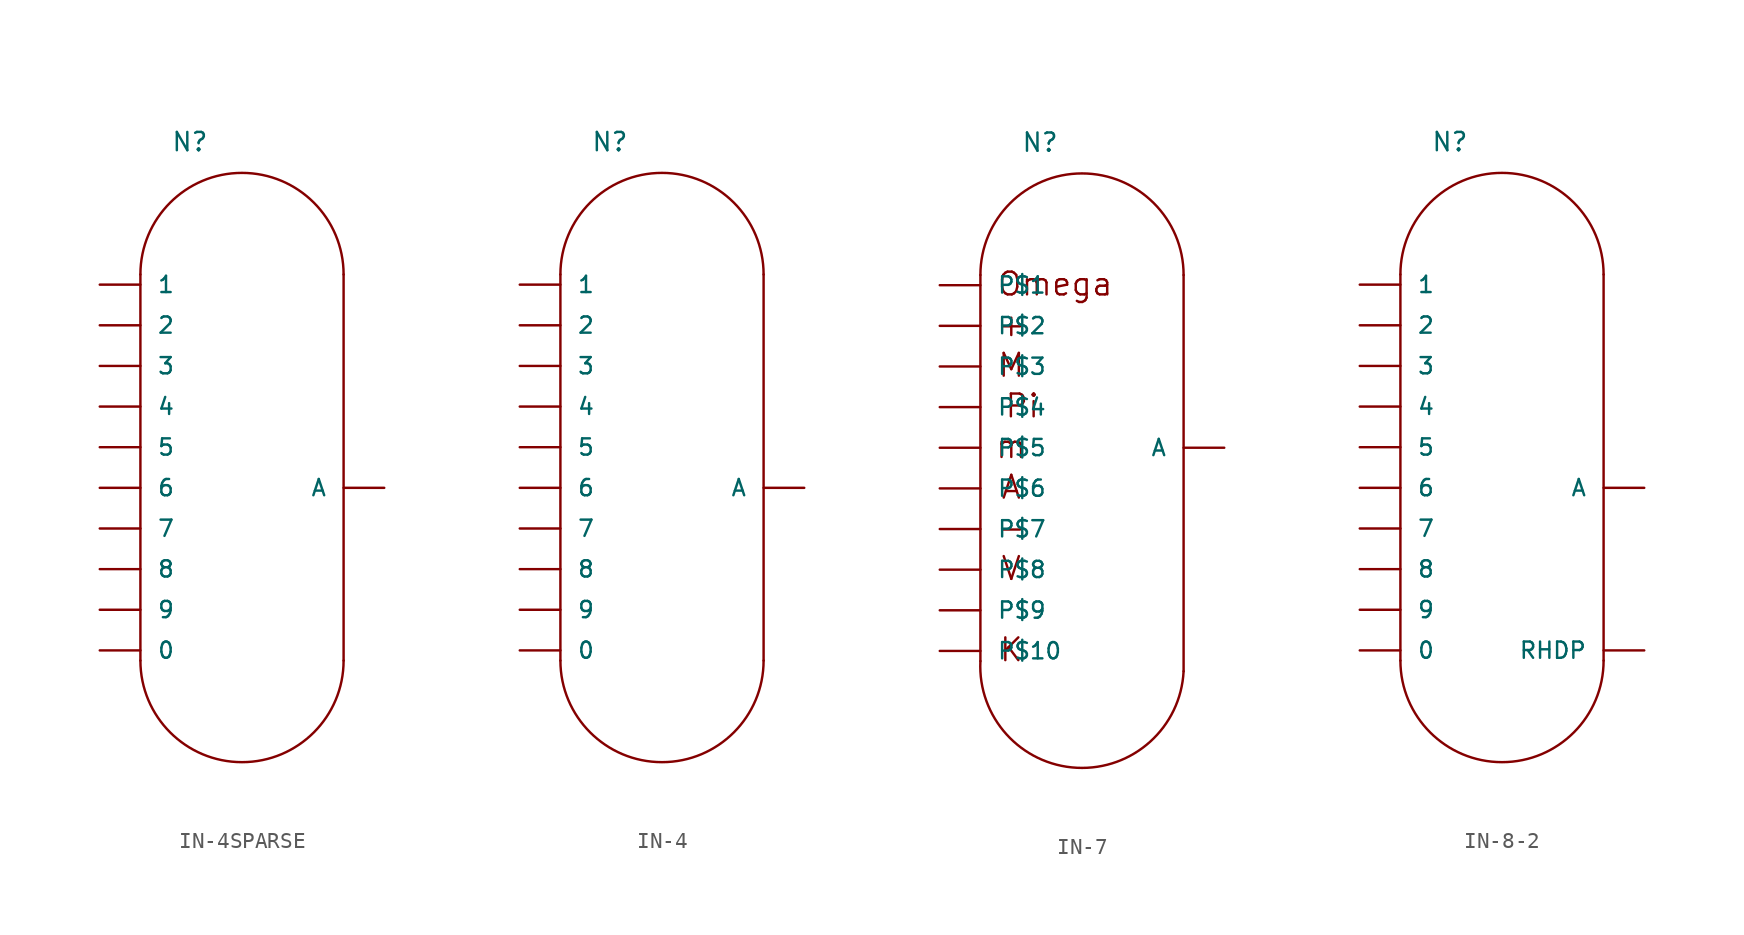
<source format=kicad_sym>
(kicad_symbol_lib
  (version 20241209)
  (generator "kicad_symbol_editor")
  (generator_version "9.0")
  (symbol "IN-4SPARSE"
    (pin_numbers
      (hide yes))
    (pin_names
      (offset 1.016))
    (property "Reference" "N"
      (at -5.715 20.955 0)
      (effects (font (size 1.143 1.143)) (justify left bottom)))
    (property "ki_locked" ""
      (at 0 0 0)
      (effects (font (size 1.27 1.27))))
    (symbol "IN-4SPARSE_1_0"
      (polyline (pts (xy -7.62 -10.795) (xy -7.62 13.335)) (stroke (width 0) (type solid)) (fill (type none)))
      (polyline (pts (xy 5.08 -10.795) (xy 5.08 13.335)) (stroke (width 0) (type solid)) (fill (type none))))
    (symbol "IN-4SPARSE_1_1"
      (arc (start -7.62 13.335) (mid -1.27 19.685) (end 5.08 13.335) (stroke (width 0) (type solid)) (fill (type none)))
      (arc (start 5.08 -10.795) (mid -1.27 -17.145) (end -7.62 -10.795) (stroke (width 0) (type solid)) (fill (type none)))
      (pin bidirectional line (at -10.16 12.7 0) (length 2.54) (name "1" (effects (font (size 1.016 1.016)))) (number "1" (effects (font (size 1.016 1.016)))))
      (pin bidirectional line (at -10.16 10.16 0) (length 2.54) (name "2" (effects (font (size 1.016 1.016)))) (number "2" (effects (font (size 1.016 1.016)))))
      (pin bidirectional line (at -10.16 7.62 0) (length 2.54) (name "3" (effects (font (size 1.016 1.016)))) (number "3" (effects (font (size 1.016 1.016)))))
      (pin bidirectional line (at -10.16 5.08 0) (length 2.54) (name "4" (effects (font (size 1.016 1.016)))) (number "4" (effects (font (size 1.016 1.016)))))
      (pin bidirectional line (at -10.16 2.54 0) (length 2.54) (name "5" (effects (font (size 1.016 1.016)))) (number "5" (effects (font (size 1.016 1.016)))))
      (pin bidirectional line (at -10.16 0 0) (length 2.54) (name "6" (effects (font (size 1.016 1.016)))) (number "6" (effects (font (size 1.016 1.016)))))
      (pin bidirectional line (at -10.16 -2.54 0) (length 2.54) (name "7" (effects (font (size 1.016 1.016)))) (number "7" (effects (font (size 1.016 1.016)))))
      (pin bidirectional line (at -10.16 -5.08 0) (length 2.54) (name "8" (effects (font (size 1.016 1.016)))) (number "8" (effects (font (size 1.016 1.016)))))
      (pin bidirectional line (at -10.16 -7.62 0) (length 2.54) (name "9" (effects (font (size 1.016 1.016)))) (number "9" (effects (font (size 1.016 1.016)))))
      (pin bidirectional line (at -10.16 -10.16 0) (length 2.54) (name "0" (effects (font (size 1.016 1.016)))) (number "0" (effects (font (size 1.016 1.016)))))
      (pin bidirectional line (at 7.62 0 180) (length 2.54) (name "A" (effects (font (size 1.016 1.016)))) (number "A3" (effects (font (size 1.016 1.016)))))))
  (symbol "IN-4"
    (pin_numbers
      (hide yes))
    (pin_names
      (offset 1.016))
    (property "Reference" "N"
      (at -5.715 20.955 0)
      (effects (font (size 1.143 1.143)) (justify left bottom)))
    (property "ki_locked" ""
      (at 0 0 0)
      (effects (font (size 1.27 1.27))))
    (symbol "IN-4_1_0"
      (polyline (pts (xy -7.62 -10.795) (xy -7.62 13.335)) (stroke (width 0) (type solid)) (fill (type none)))
      (polyline (pts (xy 5.08 -10.795) (xy 5.08 13.335)) (stroke (width 0) (type solid)) (fill (type none))))
    (symbol "IN-4_1_1"
      (arc (start -7.62 13.335) (mid -1.27 19.685) (end 5.08 13.335) (stroke (width 0) (type solid)) (fill (type none)))
      (arc (start 5.08 -10.795) (mid -1.27 -17.145) (end -7.62 -10.795) (stroke (width 0) (type solid)) (fill (type none)))
      (pin bidirectional line (at -10.16 12.7 0) (length 2.54) (name "1" (effects (font (size 1.016 1.016)))) (number "1" (effects (font (size 1.016 1.016)))))
      (pin bidirectional line (at -10.16 10.16 0) (length 2.54) (name "2" (effects (font (size 1.016 1.016)))) (number "2" (effects (font (size 1.016 1.016)))))
      (pin bidirectional line (at -10.16 7.62 0) (length 2.54) (name "3" (effects (font (size 1.016 1.016)))) (number "3" (effects (font (size 1.016 1.016)))))
      (pin bidirectional line (at -10.16 5.08 0) (length 2.54) (name "4" (effects (font (size 1.016 1.016)))) (number "4" (effects (font (size 1.016 1.016)))))
      (pin bidirectional line (at -10.16 2.54 0) (length 2.54) (name "5" (effects (font (size 1.016 1.016)))) (number "5" (effects (font (size 1.016 1.016)))))
      (pin bidirectional line (at -10.16 0 0) (length 2.54) (name "6" (effects (font (size 1.016 1.016)))) (number "6" (effects (font (size 1.016 1.016)))))
      (pin bidirectional line (at -10.16 -2.54 0) (length 2.54) (name "7" (effects (font (size 1.016 1.016)))) (number "7" (effects (font (size 1.016 1.016)))))
      (pin bidirectional line (at -10.16 -5.08 0) (length 2.54) (name "8" (effects (font (size 1.016 1.016)))) (number "8" (effects (font (size 1.016 1.016)))))
      (pin bidirectional line (at -10.16 -7.62 0) (length 2.54) (name "9" (effects (font (size 1.016 1.016)))) (number "9" (effects (font (size 1.016 1.016)))))
      (pin bidirectional line (at -10.16 -10.16 0) (length 2.54) (name "0" (effects (font (size 1.016 1.016)))) (number "0" (effects (font (size 1.016 1.016)))))
      (pin bidirectional line (at 7.62 0 180) (length 2.54) (name "A" (effects (font (size 1.016 1.016)))) (number "A3" (effects (font (size 1.016 1.016)))))))
  (symbol "IN-7"
    (pin_numbers
      (hide yes))
    (pin_names
      (offset 1.016))
    (property "Reference" "N"
      (at -2.54 20.955 0)
      (effects (font (size 1.143 1.143)) (justify left bottom)))
    (property "ki_locked" ""
      (at 0 0 0)
      (effects (font (size 1.27 1.27))))
    (symbol "IN-7_1_0"
      (polyline (pts (xy -5.08 -10.795) (xy -5.08 13.335)) (stroke (width 0) (type solid)) (fill (type none)))
      (polyline (pts (xy 7.62 -11.43) (xy 7.62 13.335)) (stroke (width 0) (type solid)) (fill (type none)))
      (text "+" (at -3.15 10.236 0) (effects (font (size 1.422 1.422))))
      (text "M" (at -3.15 7.696 0) (effects (font (size 1.422 1.422))))
      (text "m" (at -3.15 2.616 0) (effects (font (size 1.422 1.422))))
      (text "A" (at -3.15 0.076 0) (effects (font (size 1.422 1.422))))
      (text "-" (at -3.15 -2.464 0) (effects (font (size 1.422 1.422))))
      (text "V" (at -3.15 -5.004 0) (effects (font (size 1.422 1.422))))
      (text "~" (at -3.15 -7.544 0) (effects (font (size 1.422 1.422))))
      (text "K" (at -3.15 -10.084 0) (effects (font (size 1.422 1.422))))
      (text "Pi" (at -2.464 5.156 0) (effects (font (size 1.422 1.422))))
      (text "Omega" (at -0.406 12.776 0) (effects (font (size 1.422 1.422)))))
    (symbol "IN-7_1_1"
      (arc (start -5.08 13.335) (mid 1.27 19.685) (end 7.62 13.335) (stroke (width 0) (type solid)) (fill (type none)))
      (arc (start 7.62 -11.43) (mid 0.9525 -17.4504) (end -5.08 -10.795) (stroke (width 0) (type solid)) (fill (type none)))
      (pin bidirectional line (at -7.62 12.7 0) (length 2.54) (name "P$1" (effects (font (size 1.016 1.016)))) (number "1" (effects (font (size 1.016 1.016)))))
      (pin bidirectional line (at -7.62 10.16 0) (length 2.54) (name "P$2" (effects (font (size 1.016 1.016)))) (number "A" (effects (font (size 1.016 1.016)))))
      (pin bidirectional line (at -7.62 7.62 0) (length 2.54) (name "P$3" (effects (font (size 1.016 1.016)))) (number "8" (effects (font (size 1.016 1.016)))))
      (pin bidirectional line (at -7.62 5.08 0) (length 2.54) (name "P$4" (effects (font (size 1.016 1.016)))) (number "N/C" (effects (font (size 1.016 1.016)))))
      (pin bidirectional line (at -7.62 2.54 0) (length 2.54) (name "P$5" (effects (font (size 1.016 1.016)))) (number "6" (effects (font (size 1.016 1.016)))))
      (pin bidirectional line (at -7.62 0 0) (length 2.54) (name "P$6" (effects (font (size 1.016 1.016)))) (number "7" (effects (font (size 1.016 1.016)))))
      (pin bidirectional line (at -7.62 -2.54 0) (length 2.54) (name "P$7" (effects (font (size 1.016 1.016)))) (number "9" (effects (font (size 1.016 1.016)))))
      (pin bidirectional line (at -7.62 -5.08 0) (length 2.54) (name "P$8" (effects (font (size 1.016 1.016)))) (number "3" (effects (font (size 1.016 1.016)))))
      (pin bidirectional line (at -7.62 -7.62 0) (length 2.54) (name "P$9" (effects (font (size 1.016 1.016)))) (number "A2" (effects (font (size 1.016 1.016)))))
      (pin bidirectional line (at -7.62 -10.16 0) (length 2.54) (name "P$10" (effects (font (size 1.016 1.016)))) (number "0" (effects (font (size 1.016 1.016)))))
      (pin bidirectional line (at 10.16 2.54 180) (length 2.54) (name "A" (effects (font (size 1.016 1.016)))) (number "4" (effects (font (size 1.016 1.016)))))))
  (symbol "IN-8-2"
    (pin_numbers
      (hide yes))
    (pin_names
      (offset 1.016))
    (property "Reference" "N"
      (at -3.175 20.955 0)
      (effects (font (size 1.143 1.143)) (justify left bottom)))
    (property "ki_locked" ""
      (at 0 0 0)
      (effects (font (size 1.27 1.27))))
    (symbol "IN-8-2_1_0"
      (polyline (pts (xy -5.08 -10.795) (xy -5.08 13.335)) (stroke (width 0) (type solid)) (fill (type none)))
      (polyline (pts (xy 7.62 -10.795) (xy 7.62 13.335)) (stroke (width 0) (type solid)) (fill (type none))))
    (symbol "IN-8-2_1_1"
      (arc (start -5.08 13.335) (mid 1.27 19.685) (end 7.62 13.335) (stroke (width 0) (type solid)) (fill (type none)))
      (arc (start 7.62 -10.795) (mid 1.27 -17.145) (end -5.08 -10.795) (stroke (width 0) (type solid)) (fill (type none)))
      (pin bidirectional line (at -7.62 12.7 0) (length 2.54) (name "1" (effects (font (size 1.016 1.016)))) (number "1" (effects (font (size 1.016 1.016)))))
      (pin bidirectional line (at -7.62 10.16 0) (length 2.54) (name "2" (effects (font (size 1.016 1.016)))) (number "2" (effects (font (size 1.016 1.016)))))
      (pin bidirectional line (at -7.62 7.62 0) (length 2.54) (name "3" (effects (font (size 1.016 1.016)))) (number "3" (effects (font (size 1.016 1.016)))))
      (pin bidirectional line (at -7.62 5.08 0) (length 2.54) (name "4" (effects (font (size 1.016 1.016)))) (number "4" (effects (font (size 1.016 1.016)))))
      (pin bidirectional line (at -7.62 2.54 0) (length 2.54) (name "5" (effects (font (size 1.016 1.016)))) (number "5" (effects (font (size 1.016 1.016)))))
      (pin bidirectional line (at -7.62 0 0) (length 2.54) (name "6" (effects (font (size 1.016 1.016)))) (number "6" (effects (font (size 1.016 1.016)))))
      (pin bidirectional line (at -7.62 -2.54 0) (length 2.54) (name "7" (effects (font (size 1.016 1.016)))) (number "7" (effects (font (size 1.016 1.016)))))
      (pin bidirectional line (at -7.62 -5.08 0) (length 2.54) (name "8" (effects (font (size 1.016 1.016)))) (number "8" (effects (font (size 1.016 1.016)))))
      (pin bidirectional line (at -7.62 -7.62 0) (length 2.54) (name "9" (effects (font (size 1.016 1.016)))) (number "9" (effects (font (size 1.016 1.016)))))
      (pin bidirectional line (at -7.62 -10.16 0) (length 2.54) (name "0" (effects (font (size 1.016 1.016)))) (number "0" (effects (font (size 1.016 1.016)))))
      (pin bidirectional line (at 10.16 0 180) (length 2.54) (name "A" (effects (font (size 1.016 1.016)))) (number "A" (effects (font (size 1.016 1.016)))))
      (pin bidirectional line (at 10.16 -10.16 180) (length 2.54) (name "RHDP" (effects (font (size 1.016 1.016)))) (number "." (effects (font (size 1.016 1.016))))))))
</source>
